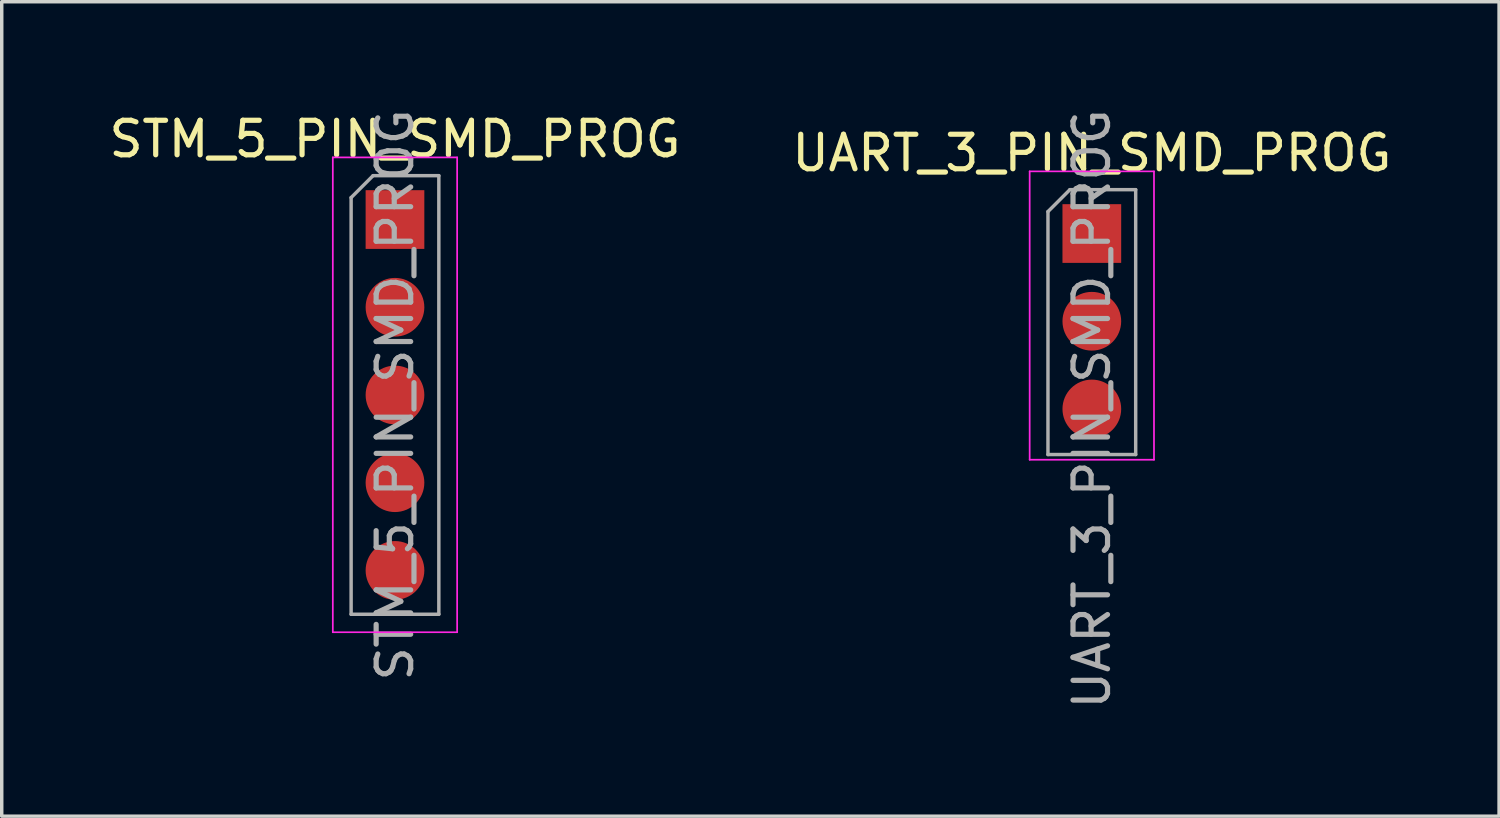
<source format=kicad_pcb>
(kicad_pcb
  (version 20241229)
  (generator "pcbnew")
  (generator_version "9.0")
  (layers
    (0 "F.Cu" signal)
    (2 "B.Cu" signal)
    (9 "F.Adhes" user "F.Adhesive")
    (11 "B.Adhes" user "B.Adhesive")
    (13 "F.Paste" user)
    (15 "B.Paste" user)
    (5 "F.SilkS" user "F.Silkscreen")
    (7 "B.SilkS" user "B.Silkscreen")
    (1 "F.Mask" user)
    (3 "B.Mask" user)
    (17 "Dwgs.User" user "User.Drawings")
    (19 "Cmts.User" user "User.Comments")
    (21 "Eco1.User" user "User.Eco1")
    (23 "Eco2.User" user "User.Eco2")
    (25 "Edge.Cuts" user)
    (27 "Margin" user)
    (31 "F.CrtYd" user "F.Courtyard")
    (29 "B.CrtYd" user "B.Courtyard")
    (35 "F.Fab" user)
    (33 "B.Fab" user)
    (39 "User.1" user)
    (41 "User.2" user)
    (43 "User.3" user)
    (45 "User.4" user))
  (footprint "STM_5_PIN_SMD_PROG"
    (layer "F.Cu")
    (at 8.387 3.307)
    (property "Reference" "STM_5_PIN_SMD_PROG" (at 0 -2.33 0) (layer "F.SilkS") (effects (font (size 1 1) (thickness 0.15))))
    (attr through_hole)
    (fp_line (start -1.8 -1.8) (end -1.8 11.95) (stroke (width 0.05) (type solid)) (layer "F.CrtYd"))
    (fp_line (start -1.8 11.95) (end 1.8 11.95) (stroke (width 0.05) (type solid)) (layer "F.CrtYd"))
    (fp_line (start 1.8 -1.8) (end -1.8 -1.8) (stroke (width 0.05) (type solid)) (layer "F.CrtYd"))
    (fp_line (start 1.8 11.95) (end 1.8 -1.8) (stroke (width 0.05) (type solid)) (layer "F.CrtYd"))
    (fp_line (start -1.27 -0.635) (end -0.635 -1.27) (stroke (width 0.1) (type solid)) (layer "F.Fab"))
    (fp_line (start -1.27 11.43) (end -1.27 -0.635) (stroke (width 0.1) (type solid)) (layer "F.Fab"))
    (fp_line (start -0.635 -1.27) (end 1.27 -1.27) (stroke (width 0.1) (type solid)) (layer "F.Fab"))
    (fp_line (start 1.27 -1.27) (end 1.27 11.43) (stroke (width 0.1) (type solid)) (layer "F.Fab"))
    (fp_line (start 1.27 11.43) (end -1.27 11.43) (stroke (width 0.1) (type solid)) (layer "F.Fab"))
    (fp_text user "${REFERENCE}" (at 0 5.08 90) (layer "F.Fab") (effects (font (size 1 1) (thickness 0.15))))
    (pad "1" smd rect (at 0 0) (size 1.7 1.7) (layers "F.Cu" "F.Mask"))
    (pad "2" smd oval (at 0 2.54) (size 1.7 1.7) (layers "F.Cu" "F.Mask"))
    (pad "3" smd oval (at 0 5.08) (size 1.7 1.7) (layers "F.Cu" "F.Mask"))
    (pad "4" smd oval (at 0 7.62) (size 1.7 1.7) (layers "F.Cu" "F.Mask"))
    (pad "5" smd oval (at 0 10.16) (size 1.7 1.7) (layers "F.Cu" "F.Mask")))
  (footprint "UART_3_PIN_SMD_PROG"
    (layer "F.Cu")
    (at 28.565 3.712)
    (property "Reference" "UART_3_PIN_SMD_PROG" (at 0 -2.33 0) (layer "F.SilkS") (effects (font (size 1 1) (thickness 0.15))))
    (attr through_hole)
    (fp_line (start -1.8 -1.8) (end -1.8 6.55) (stroke (width 0.05) (type solid)) (layer "F.CrtYd"))
    (fp_line (start -1.8 6.55) (end 1.8 6.55) (stroke (width 0.05) (type solid)) (layer "F.CrtYd"))
    (fp_line (start 1.8 -1.8) (end -1.8 -1.8) (stroke (width 0.05) (type solid)) (layer "F.CrtYd"))
    (fp_line (start 1.8 6.55) (end 1.8 -1.8) (stroke (width 0.05) (type solid)) (layer "F.CrtYd"))
    (fp_line (start -1.27 -0.635) (end -0.635 -1.27) (stroke (width 0.1) (type solid)) (layer "F.Fab"))
    (fp_line (start -1.27 6.4) (end -1.27 -0.635) (stroke (width 0.1) (type solid)) (layer "F.Fab"))
    (fp_line (start -0.635 -1.27) (end 1.27 -1.27) (stroke (width 0.1) (type solid)) (layer "F.Fab"))
    (fp_line (start 1.27 -1.27) (end 1.27 6.4) (stroke (width 0.1) (type solid)) (layer "F.Fab"))
    (fp_line (start 1.27 6.4) (end -1.27 6.4) (stroke (width 0.1) (type solid)) (layer "F.Fab"))
    (fp_text user "${REFERENCE}" (at 0 5.08 90) (layer "F.Fab") (effects (font (size 1 1) (thickness 0.15))))
    (pad "1" smd rect (at 0 0) (size 1.7 1.7) (layers "F.Cu" "F.Mask"))
    (pad "2" smd oval (at 0 2.54) (size 1.7 1.7) (layers "F.Cu" "F.Mask"))
    (pad "3" smd oval (at 0 5.08) (size 1.7 1.7) (layers "F.Cu" "F.Mask")))
  (gr_rect
    (start -3 -3)
    (end 40.357 20.583)
    (stroke (width 0.1) (type default))
    (fill no)
    (layer "Edge.Cuts")))
</source>
